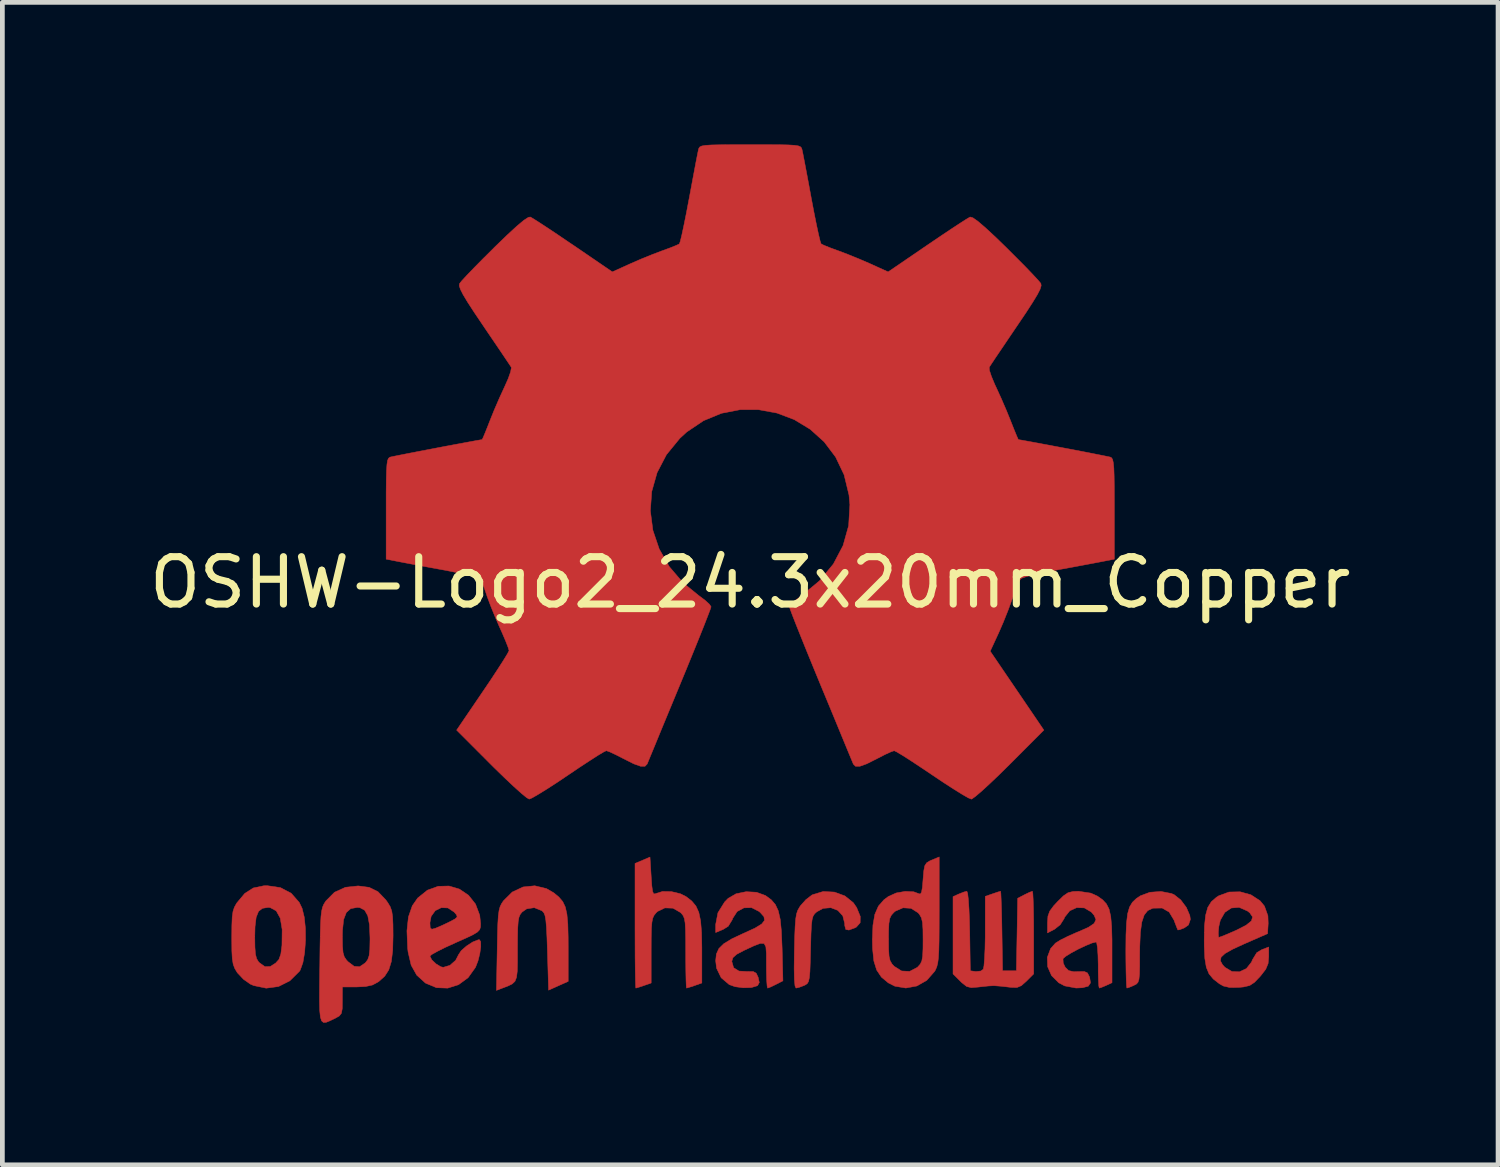
<source format=kicad_pcb>
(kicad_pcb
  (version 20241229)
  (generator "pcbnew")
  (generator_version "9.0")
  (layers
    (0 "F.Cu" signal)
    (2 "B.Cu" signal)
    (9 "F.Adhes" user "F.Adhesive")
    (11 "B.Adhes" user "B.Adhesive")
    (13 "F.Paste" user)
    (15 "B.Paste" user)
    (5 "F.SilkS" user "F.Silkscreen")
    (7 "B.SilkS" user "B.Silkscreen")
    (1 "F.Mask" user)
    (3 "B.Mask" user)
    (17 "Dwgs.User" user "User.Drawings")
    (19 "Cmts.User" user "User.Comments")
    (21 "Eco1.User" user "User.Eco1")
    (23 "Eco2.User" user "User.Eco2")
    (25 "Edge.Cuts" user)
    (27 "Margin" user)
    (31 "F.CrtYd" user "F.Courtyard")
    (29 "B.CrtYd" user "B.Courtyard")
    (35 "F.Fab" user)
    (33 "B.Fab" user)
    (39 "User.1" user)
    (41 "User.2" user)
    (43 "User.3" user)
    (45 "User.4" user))
  (footprint "OSHW-Logo2_24.3x20mm_Copper"
    (layer "F.Cu")
    (at 12.792 9.25)
    (property "Reference" "OSHW-Logo2_24.3x20mm_Copper" (at 0 0 0) (layer "F.SilkS") (effects (font (size 1 1) (thickness 0.15))))
    (attr exclude_from_pos_files exclude_from_bom allow_missing_courtyard)
    (fp_poly (pts (xy 8.893 6.567) (xy 8.951 6.592) (xy 9.09 6.702) (xy 9.209 6.861) (xy 9.282 7.031) (xy 9.294 7.114) (xy 9.254 7.231) (xy 9.166 7.293) (xy 9.072 7.33) (xy 9.029 7.337) (xy 9.008 7.287) (xy 8.966 7.178) (xy 8.948 7.129) (xy 8.846 6.959) (xy 8.698 6.874) (xy 8.509 6.877) (xy 8.495 6.88) (xy 8.393 6.928) (xy 8.319 7.021) (xy 8.268 7.172) (xy 8.238 7.391) (xy 8.225 7.69) (xy 8.223 7.849) (xy 8.223 8.1) (xy 8.219 8.271) (xy 8.208 8.379) (xy 8.187 8.443) (xy 8.153 8.48) (xy 8.102 8.506) (xy 8.099 8.508) (xy 8.002 8.549) (xy 7.953 8.564) (xy 7.946 8.518) (xy 7.94 8.391) (xy 7.935 8.199) (xy 7.932 7.959) (xy 7.931 7.783) (xy 7.934 7.443) (xy 7.946 7.184) (xy 7.969 6.993) (xy 8.009 6.854) (xy 8.07 6.752) (xy 8.154 6.672) (xy 8.238 6.616) (xy 8.439 6.541) (xy 8.673 6.524) (xy 8.893 6.567)) (stroke (width 0.01) (type solid)) (fill yes) (layer "F.Cu"))
    (fp_poly (pts (xy -4.304 6.463) (xy -4.148 6.553) (xy -4.04 6.643) (xy -3.96 6.737) (xy -3.905 6.852) (xy -3.871 7.004) (xy -3.852 7.211) (xy -3.845 7.488) (xy -3.844 7.688) (xy -3.844 8.423) (xy -4.051 8.515) (xy -4.258 8.608) (xy -4.282 7.803) (xy -4.292 7.503) (xy -4.303 7.285) (xy -4.316 7.134) (xy -4.333 7.036) (xy -4.357 6.976) (xy -4.39 6.938) (xy -4.401 6.93) (xy -4.56 6.866) (xy -4.721 6.891) (xy -4.817 6.958) (xy -4.856 7.006) (xy -4.883 7.068) (xy -4.9 7.162) (xy -4.91 7.306) (xy -4.914 7.516) (xy -4.915 7.735) (xy -4.915 8.01) (xy -4.919 8.205) (xy -4.935 8.336) (xy -4.968 8.421) (xy -5.026 8.476) (xy -5.113 8.519) (xy -5.231 8.564) (xy -5.359 8.613) (xy -5.343 7.749) (xy -5.337 7.438) (xy -5.33 7.207) (xy -5.32 7.043) (xy -5.304 6.927) (xy -5.282 6.844) (xy -5.25 6.779) (xy -5.211 6.721) (xy -5.025 6.536) (xy -4.797 6.429) (xy -4.55 6.404) (xy -4.304 6.463)) (stroke (width 0.01) (type solid)) (fill yes) (layer "F.Cu"))
    (fp_poly (pts (xy 1.777 6.537) (xy 1.998 6.618) (xy 2.177 6.762) (xy 2.247 6.864) (xy 2.323 7.05) (xy 2.321 7.185) (xy 2.241 7.276) (xy 2.212 7.291) (xy 2.084 7.339) (xy 2.018 7.327) (xy 1.996 7.246) (xy 1.995 7.202) (xy 1.954 7.038) (xy 1.849 6.923) (xy 1.702 6.867) (xy 1.538 6.881) (xy 1.404 6.954) (xy 1.359 6.995) (xy 1.327 7.045) (xy 1.306 7.121) (xy 1.292 7.239) (xy 1.283 7.417) (xy 1.276 7.67) (xy 1.274 7.75) (xy 1.267 8.025) (xy 1.26 8.218) (xy 1.248 8.346) (xy 1.23 8.425) (xy 1.203 8.47) (xy 1.163 8.497) (xy 1.138 8.509) (xy 1.03 8.55) (xy 0.966 8.564) (xy 0.945 8.519) (xy 0.932 8.381) (xy 0.927 8.15) (xy 0.931 7.824) (xy 0.932 7.773) (xy 0.939 7.476) (xy 0.948 7.258) (xy 0.96 7.104) (xy 0.978 6.996) (xy 1.005 6.918) (xy 1.043 6.852) (xy 1.062 6.824) (xy 1.174 6.698) (xy 1.3 6.601) (xy 1.315 6.593) (xy 1.54 6.525) (xy 1.777 6.537)) (stroke (width 0.01) (type solid)) (fill yes) (layer "F.Cu"))
    (fp_poly (pts (xy -2.092 6.206) (xy -2.078 6.405) (xy -2.062 6.523) (xy -2.039 6.574) (xy -2.006 6.574) (xy -1.995 6.568) (xy -1.852 6.524) (xy -1.665 6.527) (xy -1.476 6.572) (xy -1.357 6.631) (xy -1.236 6.725) (xy -1.147 6.831) (xy -1.086 6.966) (xy -1.048 7.146) (xy -1.028 7.388) (xy -1.022 7.707) (xy -1.022 7.769) (xy -1.022 8.457) (xy -1.175 8.511) (xy -1.284 8.547) (xy -1.344 8.564) (xy -1.345 8.564) (xy -1.351 8.518) (xy -1.356 8.392) (xy -1.36 8.201) (xy -1.362 7.963) (xy -1.362 7.818) (xy -1.363 7.533) (xy -1.367 7.328) (xy -1.375 7.188) (xy -1.391 7.096) (xy -1.416 7.035) (xy -1.452 6.989) (xy -1.475 6.967) (xy -1.632 6.877) (xy -1.803 6.871) (xy -1.958 6.946) (xy -1.987 6.974) (xy -2.029 7.025) (xy -2.058 7.086) (xy -2.076 7.174) (xy -2.087 7.307) (xy -2.091 7.502) (xy -2.092 7.772) (xy -2.092 8.457) (xy -2.246 8.511) (xy -2.354 8.547) (xy -2.414 8.564) (xy -2.416 8.564) (xy -2.42 8.517) (xy -2.424 8.386) (xy -2.428 8.182) (xy -2.431 7.919) (xy -2.432 7.608) (xy -2.433 7.263) (xy -2.433 7.248) (xy -2.433 5.932) (xy -2.117 5.798) (xy -2.092 6.206)) (stroke (width 0.01) (type solid)) (fill yes) (layer "F.Cu"))
    (fp_poly (pts (xy 5.967 6.566) (xy 5.974 6.694) (xy 5.98 6.889) (xy 5.984 7.135) (xy 5.985 7.392) (xy 5.985 8.265) (xy 5.831 8.419) (xy 5.725 8.513) (xy 5.632 8.552) (xy 5.505 8.549) (xy 5.454 8.543) (xy 5.296 8.525) (xy 5.165 8.515) (xy 5.134 8.514) (xy 5.026 8.52) (xy 4.873 8.536) (xy 4.813 8.543) (xy 4.667 8.555) (xy 4.569 8.53) (xy 4.471 8.453) (xy 4.436 8.419) (xy 4.282 8.265) (xy 4.282 6.633) (xy 4.406 6.577) (xy 4.513 6.535) (xy 4.575 6.52) (xy 4.591 6.567) (xy 4.606 6.696) (xy 4.619 6.894) (xy 4.629 7.146) (xy 4.634 7.36) (xy 4.647 8.199) (xy 4.763 8.215) (xy 4.869 8.204) (xy 4.92 8.167) (xy 4.935 8.097) (xy 4.947 7.949) (xy 4.957 7.741) (xy 4.962 7.493) (xy 4.962 7.364) (xy 4.963 6.627) (xy 5.116 6.574) (xy 5.225 6.537) (xy 5.284 6.52) (xy 5.286 6.52) (xy 5.292 6.566) (xy 5.298 6.694) (xy 5.305 6.888) (xy 5.311 7.132) (xy 5.315 7.36) (xy 5.328 8.199) (xy 5.62 8.199) (xy 5.634 7.433) (xy 5.647 6.668) (xy 5.789 6.594) (xy 5.894 6.543) (xy 5.957 6.52) (xy 5.958 6.52) (xy 5.967 6.566)) (stroke (width 0.01) (type solid)) (fill yes) (layer "F.Cu"))
    (fp_poly (pts (xy -9.92 6.443) (xy -9.692 6.563) (xy -9.523 6.756) (xy -9.463 6.88) (xy -9.417 7.067) (xy -9.393 7.302) (xy -9.391 7.559) (xy -9.409 7.81) (xy -9.446 8.027) (xy -9.502 8.183) (xy -9.519 8.21) (xy -9.721 8.41) (xy -9.961 8.531) (xy -10.221 8.566) (xy -10.485 8.511) (xy -10.558 8.479) (xy -10.701 8.378) (xy -10.826 8.245) (xy -10.838 8.228) (xy -10.886 8.147) (xy -10.918 8.06) (xy -10.937 7.945) (xy -10.946 7.782) (xy -10.948 7.546) (xy -10.948 7.493) (xy -10.948 7.477) (xy -10.462 7.477) (xy -10.459 7.699) (xy -10.448 7.846) (xy -10.424 7.941) (xy -10.385 8.007) (xy -10.364 8.029) (xy -10.248 8.112) (xy -10.135 8.108) (xy -10.021 8.036) (xy -9.952 7.959) (xy -9.912 7.846) (xy -9.889 7.669) (xy -9.888 7.648) (xy -9.884 7.327) (xy -9.924 7.088) (xy -10.009 6.934) (xy -10.136 6.865) (xy -10.182 6.861) (xy -10.301 6.88) (xy -10.383 6.945) (xy -10.433 7.071) (xy -10.457 7.269) (xy -10.462 7.477) (xy -10.948 7.477) (xy -10.946 7.243) (xy -10.939 7.068) (xy -10.922 6.946) (xy -10.893 6.857) (xy -10.849 6.778) (xy -10.839 6.763) (xy -10.673 6.565) (xy -10.493 6.45) (xy -10.273 6.404) (xy -10.199 6.402) (xy -9.92 6.443)) (stroke (width 0.01) (type solid)) (fill yes) (layer "F.Cu"))
    (fp_poly (pts (xy 10.572 6.594) (xy 10.765 6.72) (xy 10.858 6.833) (xy 10.931 7.037) (xy 10.937 7.199) (xy 10.924 7.415) (xy 10.425 7.633) (xy 10.183 7.745) (xy 10.024 7.835) (xy 9.942 7.912) (xy 9.928 7.988) (xy 9.973 8.071) (xy 10.024 8.126) (xy 10.171 8.214) (xy 10.33 8.221) (xy 10.477 8.152) (xy 10.585 8.015) (xy 10.604 7.967) (xy 10.696 7.816) (xy 10.803 7.752) (xy 10.948 7.697) (xy 10.948 7.905) (xy 10.935 8.047) (xy 10.885 8.167) (xy 10.779 8.304) (xy 10.763 8.322) (xy 10.646 8.444) (xy 10.545 8.51) (xy 10.418 8.54) (xy 10.313 8.55) (xy 10.126 8.552) (xy 9.992 8.521) (xy 9.909 8.475) (xy 9.778 8.373) (xy 9.687 8.263) (xy 9.63 8.124) (xy 9.599 7.937) (xy 9.587 7.682) (xy 9.586 7.552) (xy 9.589 7.396) (xy 9.883 7.396) (xy 9.887 7.48) (xy 9.895 7.493) (xy 9.951 7.475) (xy 10.072 7.426) (xy 10.233 7.356) (xy 10.267 7.341) (xy 10.47 7.237) (xy 10.583 7.146) (xy 10.607 7.061) (xy 10.548 6.975) (xy 10.5 6.937) (xy 10.324 6.86) (xy 10.159 6.873) (xy 10.021 6.966) (xy 9.926 7.131) (xy 9.895 7.262) (xy 9.883 7.396) (xy 9.589 7.396) (xy 9.592 7.249) (xy 9.616 7.025) (xy 9.661 6.862) (xy 9.736 6.741) (xy 9.845 6.646) (xy 9.892 6.616) (xy 10.108 6.536) (xy 10.344 6.531) (xy 10.572 6.594)) (stroke (width 0.01) (type solid)) (fill yes) (layer "F.Cu"))
    (fp_poly (pts (xy 3.99 6.924) (xy 3.989 7.288) (xy 3.987 7.568) (xy 3.982 7.777) (xy 3.973 7.929) (xy 3.959 8.037) (xy 3.939 8.115) (xy 3.913 8.177) (xy 3.893 8.212) (xy 3.727 8.401) (xy 3.518 8.52) (xy 3.285 8.563) (xy 3.053 8.524) (xy 2.915 8.454) (xy 2.769 8.332) (xy 2.67 8.184) (xy 2.61 7.991) (xy 2.583 7.732) (xy 2.579 7.542) (xy 2.58 7.529) (xy 2.92 7.529) (xy 2.922 7.746) (xy 2.931 7.89) (xy 2.953 7.984) (xy 2.992 8.053) (xy 3.039 8.104) (xy 3.196 8.203) (xy 3.365 8.212) (xy 3.524 8.129) (xy 3.537 8.118) (xy 3.59 8.059) (xy 3.623 7.99) (xy 3.641 7.886) (xy 3.648 7.726) (xy 3.649 7.549) (xy 3.647 7.326) (xy 3.637 7.178) (xy 3.614 7.08) (xy 3.575 7.011) (xy 3.544 6.974) (xy 3.396 6.88) (xy 3.226 6.869) (xy 3.063 6.94) (xy 3.032 6.967) (xy 2.979 7.026) (xy 2.946 7.096) (xy 2.928 7.2) (xy 2.921 7.362) (xy 2.92 7.529) (xy 2.58 7.529) (xy 2.591 7.237) (xy 2.631 7.007) (xy 2.706 6.834) (xy 2.823 6.7) (xy 2.915 6.631) (xy 3.081 6.556) (xy 3.273 6.522) (xy 3.452 6.531) (xy 3.552 6.568) (xy 3.591 6.579) (xy 3.617 6.539) (xy 3.636 6.433) (xy 3.649 6.271) (xy 3.664 6.091) (xy 3.685 5.982) (xy 3.724 5.92) (xy 3.79 5.879) (xy 3.832 5.861) (xy 3.99 5.795) (xy 3.99 6.924)) (stroke (width 0.01) (type solid)) (fill yes) (layer "F.Cu"))
    (fp_poly (pts (xy -6.141 6.474) (xy -5.949 6.604) (xy -5.801 6.79) (xy -5.712 7.027) (xy -5.694 7.202) (xy -5.696 7.275) (xy -5.713 7.33) (xy -5.76 7.38) (xy -5.851 7.436) (xy -6.002 7.508) (xy -6.227 7.608) (xy -6.228 7.609) (xy -6.435 7.703) (xy -6.605 7.788) (xy -6.72 7.852) (xy -6.764 7.888) (xy -6.764 7.888) (xy -6.726 7.966) (xy -6.636 8.052) (xy -6.534 8.114) (xy -6.482 8.126) (xy -6.341 8.084) (xy -6.22 7.977) (xy -6.16 7.86) (xy -6.103 7.774) (xy -5.991 7.676) (xy -5.86 7.591) (xy -5.744 7.545) (xy -5.719 7.542) (xy -5.692 7.584) (xy -5.69 7.691) (xy -5.71 7.834) (xy -5.748 7.988) (xy -5.8 8.122) (xy -5.803 8.128) (xy -5.958 8.345) (xy -6.159 8.492) (xy -6.388 8.565) (xy -6.626 8.556) (xy -6.853 8.461) (xy -6.863 8.454) (xy -7.042 8.292) (xy -7.16 8.081) (xy -7.225 7.803) (xy -7.234 7.724) (xy -7.249 7.356) (xy -7.231 7.184) (xy -6.764 7.184) (xy -6.758 7.291) (xy -6.724 7.322) (xy -6.642 7.299) (xy -6.511 7.243) (xy -6.365 7.174) (xy -6.362 7.172) (xy -6.238 7.107) (xy -6.189 7.064) (xy -6.201 7.018) (xy -6.252 6.959) (xy -6.383 6.872) (xy -6.524 6.866) (xy -6.651 6.929) (xy -6.738 7.05) (xy -6.764 7.184) (xy -7.231 7.184) (xy -7.217 7.06) (xy -7.136 6.826) (xy -7.022 6.662) (xy -6.817 6.497) (xy -6.591 6.415) (xy -6.36 6.409) (xy -6.141 6.474)) (stroke (width 0.01) (type solid)) (fill yes) (layer "F.Cu"))
    (fp_poly (pts (xy 0.133 6.541) (xy 0.324 6.611) (xy 0.326 6.613) (xy 0.444 6.7) (xy 0.531 6.801) (xy 0.592 6.933) (xy 0.633 7.112) (xy 0.657 7.354) (xy 0.671 7.675) (xy 0.673 7.721) (xy 0.69 8.411) (xy 0.542 8.487) (xy 0.435 8.539) (xy 0.37 8.564) (xy 0.367 8.564) (xy 0.356 8.519) (xy 0.347 8.397) (xy 0.342 8.218) (xy 0.341 8.074) (xy 0.341 7.84) (xy 0.33 7.693) (xy 0.293 7.623) (xy 0.213 7.62) (xy 0.075 7.673) (xy -0.134 7.77) (xy -0.287 7.851) (xy -0.366 7.922) (xy -0.389 7.998) (xy -0.389 8.002) (xy -0.351 8.134) (xy -0.238 8.205) (xy -0.064 8.215) (xy 0.061 8.214) (xy 0.126 8.25) (xy 0.167 8.336) (xy 0.191 8.446) (xy 0.157 8.509) (xy 0.144 8.517) (xy 0.023 8.553) (xy -0.146 8.558) (xy -0.32 8.535) (xy -0.443 8.491) (xy -0.614 8.346) (xy -0.711 8.145) (xy -0.73 7.987) (xy -0.715 7.845) (xy -0.662 7.729) (xy -0.557 7.626) (xy -0.387 7.523) (xy -0.137 7.406) (xy -0.122 7.4) (xy 0.103 7.296) (xy 0.242 7.211) (xy 0.302 7.134) (xy 0.289 7.056) (xy 0.21 6.967) (xy 0.186 6.946) (xy 0.029 6.866) (xy -0.134 6.87) (xy -0.277 6.948) (xy -0.371 7.093) (xy -0.38 7.121) (xy -0.465 7.259) (xy -0.573 7.326) (xy -0.73 7.391) (xy -0.73 7.221) (xy -0.682 6.973) (xy -0.541 6.746) (xy -0.467 6.67) (xy -0.3 6.573) (xy -0.087 6.529) (xy 0.133 6.541)) (stroke (width 0.01) (type solid)) (fill yes) (layer "F.Cu"))
    (fp_poly (pts (xy -8.047 6.437) (xy -7.861 6.529) (xy -7.697 6.7) (xy -7.652 6.763) (xy -7.602 6.846) (xy -7.57 6.936) (xy -7.552 7.056) (xy -7.544 7.229) (xy -7.542 7.457) (xy -7.55 7.77) (xy -7.579 8.005) (xy -7.633 8.18) (xy -7.719 8.314) (xy -7.843 8.425) (xy -7.852 8.431) (xy -7.974 8.498) (xy -8.121 8.531) (xy -8.308 8.54) (xy -8.612 8.54) (xy -8.613 8.835) (xy -8.615 8.999) (xy -8.633 9.096) (xy -8.678 9.153) (xy -8.764 9.202) (xy -8.785 9.212) (xy -8.882 9.258) (xy -8.957 9.288) (xy -9.012 9.29) (xy -9.052 9.256) (xy -9.077 9.176) (xy -9.091 9.04) (xy -9.096 8.838) (xy -9.095 8.56) (xy -9.091 8.198) (xy -9.089 8.09) (xy -9.085 7.716) (xy -9.08 7.471) (xy -8.613 7.471) (xy -8.61 7.679) (xy -8.598 7.815) (xy -8.572 7.904) (xy -8.525 7.973) (xy -8.493 8.007) (xy -8.363 8.105) (xy -8.248 8.113) (xy -8.129 8.032) (xy -8.126 8.029) (xy -8.078 7.966) (xy -8.048 7.881) (xy -8.033 7.75) (xy -8.029 7.549) (xy -8.029 7.504) (xy -8.04 7.228) (xy -8.076 7.036) (xy -8.142 6.919) (xy -8.242 6.866) (xy -8.299 6.861) (xy -8.436 6.886) (xy -8.529 6.968) (xy -8.586 7.117) (xy -8.61 7.346) (xy -8.613 7.471) (xy -9.08 7.471) (xy -9.08 7.427) (xy -9.073 7.209) (xy -9.064 7.05) (xy -9.05 6.937) (xy -9.032 6.858) (xy -9.007 6.798) (xy -8.975 6.746) (xy -8.962 6.726) (xy -8.779 6.541) (xy -8.548 6.436) (xy -8.28 6.407) (xy -8.047 6.437)) (stroke (width 0.01) (type solid)) (fill yes) (layer "F.Cu"))
    (fp_poly (pts (xy 7.191 6.559) (xy 7.331 6.622) (xy 7.441 6.7) (xy 7.521 6.786) (xy 7.577 6.897) (xy 7.612 7.05) (xy 7.631 7.259) (xy 7.639 7.541) (xy 7.639 7.727) (xy 7.639 8.451) (xy 7.516 8.508) (xy 7.418 8.549) (xy 7.37 8.564) (xy 7.36 8.519) (xy 7.353 8.397) (xy 7.348 8.219) (xy 7.348 8.077) (xy 7.343 7.873) (xy 7.332 7.711) (xy 7.316 7.612) (xy 7.303 7.591) (xy 7.217 7.612) (xy 7.082 7.668) (xy 6.925 7.742) (xy 6.775 7.823) (xy 6.659 7.895) (xy 6.604 7.944) (xy 6.604 7.945) (xy 6.609 8.036) (xy 6.651 8.124) (xy 6.724 8.195) (xy 6.832 8.219) (xy 6.923 8.216) (xy 7.053 8.214) (xy 7.121 8.244) (xy 7.162 8.325) (xy 7.167 8.34) (xy 7.185 8.454) (xy 7.138 8.524) (xy 7.014 8.557) (xy 6.88 8.563) (xy 6.64 8.518) (xy 6.515 8.453) (xy 6.362 8.3) (xy 6.28 8.113) (xy 6.273 7.915) (xy 6.342 7.731) (xy 6.445 7.615) (xy 6.549 7.55) (xy 6.711 7.469) (xy 6.901 7.385) (xy 6.933 7.373) (xy 7.141 7.281) (xy 7.261 7.2) (xy 7.3 7.119) (xy 7.263 7.029) (xy 7.202 6.958) (xy 7.055 6.871) (xy 6.894 6.865) (xy 6.747 6.932) (xy 6.64 7.066) (xy 6.626 7.1) (xy 6.545 7.227) (xy 6.427 7.321) (xy 6.277 7.399) (xy 6.277 7.179) (xy 6.286 7.045) (xy 6.324 6.94) (xy 6.407 6.827) (xy 6.488 6.74) (xy 6.613 6.617) (xy 6.71 6.551) (xy 6.814 6.525) (xy 6.932 6.52) (xy 7.191 6.559)) (stroke (width 0.01) (type solid)) (fill yes) (layer "F.Cu"))
    (fp_poly (pts (xy 0.348 -9.245) (xy 0.612 -9.244) (xy 0.802 -9.24) (xy 0.932 -9.232) (xy 1.014 -9.22) (xy 1.06 -9.201) (xy 1.083 -9.175) (xy 1.094 -9.14) (xy 1.095 -9.136) (xy 1.112 -9.055) (xy 1.143 -8.895) (xy 1.185 -8.674) (xy 1.235 -8.408) (xy 1.289 -8.114) (xy 1.291 -8.103) (xy 1.346 -7.815) (xy 1.397 -7.561) (xy 1.441 -7.355) (xy 1.475 -7.214) (xy 1.496 -7.151) (xy 1.497 -7.15) (xy 1.558 -7.12) (xy 1.684 -7.069) (xy 1.848 -7.009) (xy 1.849 -7.009) (xy 2.055 -6.931) (xy 2.299 -6.832) (xy 2.528 -6.733) (xy 2.539 -6.728) (xy 2.912 -6.559) (xy 3.739 -7.124) (xy 3.993 -7.296) (xy 4.223 -7.45) (xy 4.416 -7.577) (xy 4.558 -7.668) (xy 4.636 -7.714) (xy 4.643 -7.718) (xy 4.7 -7.702) (xy 4.806 -7.628) (xy 4.966 -7.491) (xy 5.184 -7.289) (xy 5.406 -7.073) (xy 5.619 -6.86) (xy 5.811 -6.667) (xy 5.968 -6.503) (xy 6.08 -6.382) (xy 6.135 -6.316) (xy 6.137 -6.313) (xy 6.143 -6.267) (xy 6.121 -6.193) (xy 6.063 -6.08) (xy 5.965 -5.918) (xy 5.822 -5.697) (xy 5.63 -5.413) (xy 5.46 -5.162) (xy 5.309 -4.938) (xy 5.183 -4.752) (xy 5.094 -4.618) (xy 5.049 -4.549) (xy 5.046 -4.545) (xy 5.051 -4.479) (xy 5.093 -4.351) (xy 5.163 -4.184) (xy 5.188 -4.131) (xy 5.296 -3.895) (xy 5.412 -3.626) (xy 5.506 -3.394) (xy 5.574 -3.222) (xy 5.628 -3.091) (xy 5.659 -3.022) (xy 5.662 -3.017) (xy 5.72 -3.008) (xy 5.854 -2.984) (xy 6.049 -2.948) (xy 6.285 -2.904) (xy 6.545 -2.855) (xy 6.811 -2.805) (xy 7.065 -2.756) (xy 7.289 -2.712) (xy 7.465 -2.677) (xy 7.576 -2.654) (xy 7.603 -2.648) (xy 7.631 -2.632) (xy 7.652 -2.596) (xy 7.667 -2.527) (xy 7.678 -2.415) (xy 7.684 -2.245) (xy 7.687 -2.007) (xy 7.688 -1.688) (xy 7.688 -1.557) (xy 7.688 -0.493) (xy 7.433 -0.443) (xy 7.291 -0.416) (xy 7.078 -0.376) (xy 6.822 -0.328) (xy 6.548 -0.278) (xy 6.472 -0.264) (xy 6.218 -0.214) (xy 5.997 -0.166) (xy 5.828 -0.123) (xy 5.728 -0.089) (xy 5.711 -0.079) (xy 5.67 -0.009) (xy 5.612 0.127) (xy 5.547 0.303) (xy 5.534 0.341) (xy 5.449 0.575) (xy 5.343 0.84) (xy 5.24 1.077) (xy 5.239 1.078) (xy 5.067 1.451) (xy 5.634 2.284) (xy 6.2 3.117) (xy 5.473 3.845) (xy 5.253 4.062) (xy 5.052 4.253) (xy 4.882 4.409) (xy 4.754 4.518) (xy 4.679 4.571) (xy 4.668 4.574) (xy 4.605 4.548) (xy 4.476 4.474) (xy 4.296 4.362) (xy 4.078 4.221) (xy 3.842 4.063) (xy 3.602 3.902) (xy 3.389 3.761) (xy 3.215 3.65) (xy 3.094 3.578) (xy 3.04 3.552) (xy 2.974 3.574) (xy 2.849 3.631) (xy 2.691 3.712) (xy 2.674 3.721) (xy 2.461 3.828) (xy 2.314 3.881) (xy 2.223 3.881) (xy 2.176 3.833) (xy 2.176 3.832) (xy 2.152 3.774) (xy 2.095 3.637) (xy 2.01 3.431) (xy 1.901 3.167) (xy 1.773 2.856) (xy 1.629 2.508) (xy 1.489 2.171) (xy 1.336 1.799) (xy 1.195 1.454) (xy 1.071 1.147) (xy 0.968 0.889) (xy 0.89 0.69) (xy 0.842 0.561) (xy 0.827 0.512) (xy 0.865 0.457) (xy 0.962 0.369) (xy 1.093 0.271) (xy 1.464 -0.037) (xy 1.755 -0.39) (xy 1.96 -0.78) (xy 2.078 -1.201) (xy 2.104 -1.644) (xy 2.085 -1.849) (xy 1.982 -2.274) (xy 1.803 -2.649) (xy 1.561 -2.97) (xy 1.267 -3.235) (xy 0.931 -3.439) (xy 0.564 -3.578) (xy 0.178 -3.649) (xy -0.216 -3.649) (xy -0.608 -3.573) (xy -0.986 -3.417) (xy -1.34 -3.179) (xy -1.487 -3.044) (xy -1.77 -2.698) (xy -1.967 -2.32) (xy -2.08 -1.921) (xy -2.109 -1.512) (xy -2.056 -1.103) (xy -1.922 -0.707) (xy -1.709 -0.334) (xy -1.418 0.006) (xy -1.093 0.271) (xy -0.957 0.373) (xy -0.862 0.46) (xy -0.827 0.512) (xy -0.845 0.569) (xy -0.897 0.706) (xy -0.977 0.911) (xy -1.082 1.174) (xy -1.208 1.484) (xy -1.35 1.832) (xy -1.49 2.171) (xy -1.644 2.543) (xy -1.787 2.888) (xy -1.914 3.195) (xy -2.02 3.454) (xy -2.103 3.654) (xy -2.156 3.783) (xy -2.176 3.832) (xy -2.223 3.881) (xy -2.313 3.881) (xy -2.459 3.829) (xy -2.672 3.722) (xy -2.674 3.721) (xy -2.834 3.639) (xy -2.964 3.578) (xy -3.037 3.552) (xy -3.04 3.552) (xy -3.095 3.578) (xy -3.217 3.651) (xy -3.391 3.763) (xy -3.605 3.903) (xy -3.842 4.063) (xy -4.083 4.225) (xy -4.3 4.365) (xy -4.48 4.476) (xy -4.607 4.549) (xy -4.668 4.574) (xy -4.724 4.541) (xy -4.837 4.448) (xy -4.995 4.306) (xy -5.187 4.125) (xy -5.403 3.915) (xy -5.473 3.845) (xy -6.2 3.117) (xy -5.647 2.304) (xy -5.478 2.054) (xy -5.331 1.83) (xy -5.212 1.645) (xy -5.13 1.511) (xy -5.094 1.442) (xy -5.093 1.437) (xy -5.112 1.371) (xy -5.163 1.24) (xy -5.238 1.064) (xy -5.291 0.947) (xy -5.389 0.721) (xy -5.481 0.494) (xy -5.553 0.302) (xy -5.572 0.243) (xy -5.627 0.087) (xy -5.681 -0.034) (xy -5.711 -0.079) (xy -5.776 -0.107) (xy -5.919 -0.147) (xy -6.121 -0.194) (xy -6.363 -0.243) (xy -6.472 -0.264) (xy -6.747 -0.314) (xy -7.011 -0.363) (xy -7.238 -0.406) (xy -7.402 -0.437) (xy -7.433 -0.443) (xy -7.688 -0.493) (xy -7.688 -1.557) (xy -7.688 -1.907) (xy -7.685 -2.172) (xy -7.68 -2.363) (xy -7.671 -2.494) (xy -7.658 -2.577) (xy -7.639 -2.622) (xy -7.613 -2.644) (xy -7.603 -2.648) (xy -7.54 -2.662) (xy -7.4 -2.69) (xy -7.202 -2.729) (xy -6.964 -2.775) (xy -6.703 -2.825) (xy -6.437 -2.876) (xy -6.185 -2.923) (xy -5.963 -2.964) (xy -5.791 -2.996) (xy -5.686 -3.014) (xy -5.662 -3.017) (xy -5.641 -3.059) (xy -5.594 -3.171) (xy -5.53 -3.331) (xy -5.506 -3.394) (xy -5.408 -3.637) (xy -5.292 -3.905) (xy -5.188 -4.131) (xy -5.111 -4.304) (xy -5.061 -4.446) (xy -5.044 -4.533) (xy -5.046 -4.545) (xy -5.082 -4.6) (xy -5.164 -4.722) (xy -5.283 -4.899) (xy -5.431 -5.117) (xy -5.598 -5.363) (xy -5.631 -5.412) (xy -5.825 -5.7) (xy -5.968 -5.92) (xy -6.064 -6.08) (xy -6.121 -6.193) (xy -6.144 -6.266) (xy -6.138 -6.312) (xy -6.138 -6.312) (xy -6.09 -6.372) (xy -5.983 -6.488) (xy -5.83 -6.647) (xy -5.642 -6.838) (xy -5.429 -7.049) (xy -5.406 -7.073) (xy -5.138 -7.332) (xy -4.932 -7.522) (xy -4.783 -7.647) (xy -4.686 -7.71) (xy -4.643 -7.718) (xy -4.581 -7.682) (xy -4.452 -7.6) (xy -4.27 -7.481) (xy -4.047 -7.332) (xy -3.798 -7.163) (xy -3.739 -7.124) (xy -2.912 -6.559) (xy -2.539 -6.728) (xy -2.312 -6.827) (xy -2.068 -6.926) (xy -1.858 -7.006) (xy -1.849 -7.009) (xy -1.685 -7.069) (xy -1.559 -7.12) (xy -1.497 -7.15) (xy -1.497 -7.15) (xy -1.477 -7.205) (xy -1.444 -7.341) (xy -1.401 -7.542) (xy -1.35 -7.793) (xy -1.296 -8.079) (xy -1.291 -8.103) (xy -1.236 -8.398) (xy -1.186 -8.665) (xy -1.144 -8.889) (xy -1.112 -9.051) (xy -1.095 -9.134) (xy -1.095 -9.136) (xy -1.084 -9.171) (xy -1.064 -9.198) (xy -1.021 -9.218) (xy -0.944 -9.231) (xy -0.82 -9.239) (xy -0.636 -9.243) (xy -0.382 -9.245) (xy -0.044 -9.245) (xy 0 -9.245) (xy 0.348 -9.245)) (stroke (width 0.01) (type solid)) (fill yes) (layer "F.Cu")))
  (gr_rect
    (start -3 -3)
    (end 28.583 21.546)
    (stroke (width 0.1) (type default))
    (fill no)
    (layer "Edge.Cuts")))
</source>
